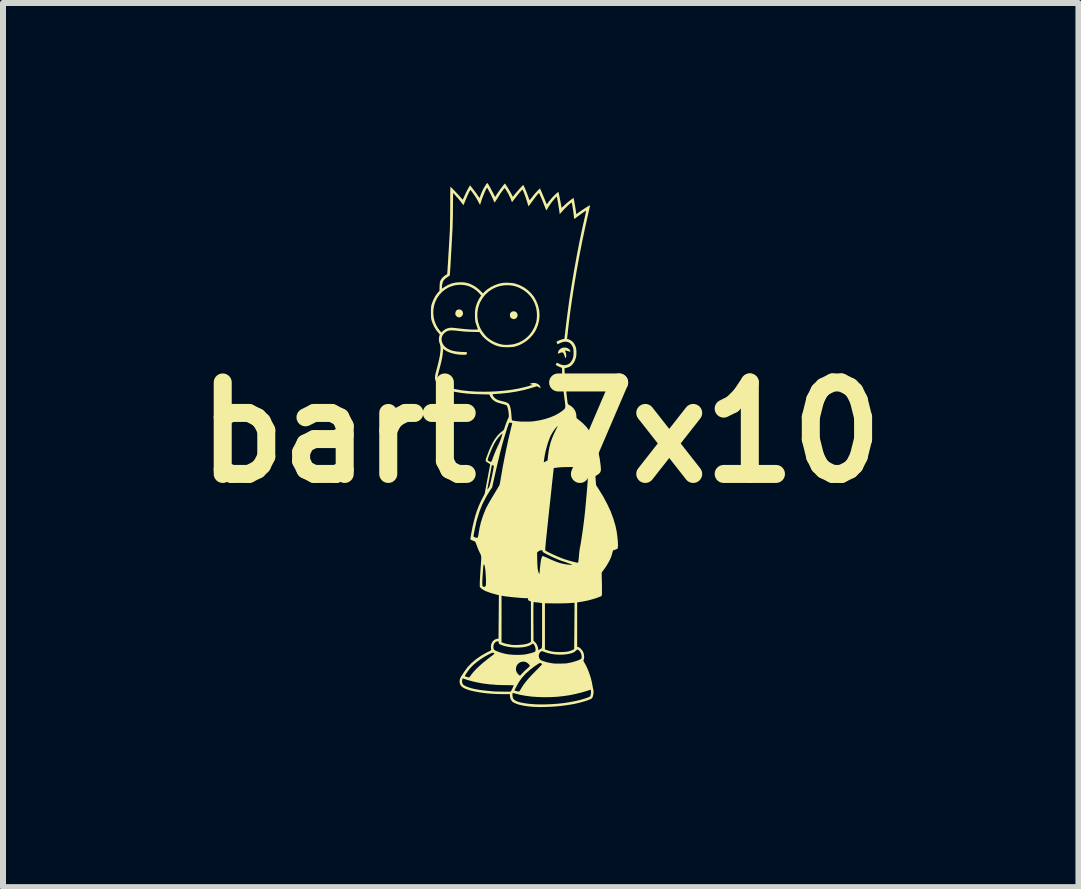
<source format=kicad_pcb>
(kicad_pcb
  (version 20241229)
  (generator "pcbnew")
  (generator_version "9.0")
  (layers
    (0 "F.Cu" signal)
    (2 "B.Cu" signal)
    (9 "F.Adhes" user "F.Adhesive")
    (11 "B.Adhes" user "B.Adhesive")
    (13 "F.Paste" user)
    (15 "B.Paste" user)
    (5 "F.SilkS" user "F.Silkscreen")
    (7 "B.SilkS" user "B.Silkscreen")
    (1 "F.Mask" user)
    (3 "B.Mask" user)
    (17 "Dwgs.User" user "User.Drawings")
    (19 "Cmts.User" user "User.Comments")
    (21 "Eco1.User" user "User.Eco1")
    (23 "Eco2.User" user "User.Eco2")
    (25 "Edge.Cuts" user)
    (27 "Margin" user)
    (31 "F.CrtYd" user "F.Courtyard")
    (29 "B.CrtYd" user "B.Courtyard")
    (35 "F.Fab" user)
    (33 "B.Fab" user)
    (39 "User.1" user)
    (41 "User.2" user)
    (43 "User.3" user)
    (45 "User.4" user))
  (footprint "bart 7x10"
    (layer "F.Cu")
    (at 5.958 4.156)
    (property "Reference" "bart 7x10" (at 0 0 0) (layer "F.SilkS") (effects (font (size 1.524 1.524) (thickness 0.3))))
    (attr board_only exclude_from_pos_files exclude_from_bom)
    (fp_poly (pts (xy -1.339 -2.048) (xy -1.315 -2.035) (xy -1.3 -2.014) (xy -1.295 -1.987) (xy -1.295 -1.985) (xy -1.297 -1.967) (xy -1.303 -1.953) (xy -1.315 -1.939) (xy -1.33 -1.926) (xy -1.345 -1.92) (xy -1.359 -1.919) (xy -1.377 -1.921) (xy -1.391 -1.928) (xy -1.404 -1.939) (xy -1.416 -1.954) (xy -1.422 -1.968) (xy -1.423 -1.985) (xy -1.418 -2.012) (xy -1.405 -2.033) (xy -1.385 -2.047) (xy -1.36 -2.051)) (stroke (width 0) (type solid)) (fill yes) (layer "F.SilkS"))
    (fp_poly (pts (xy -0.44 -2.019) (xy -0.416 -2.012) (xy -0.398 -1.995) (xy -0.387 -1.972) (xy -0.385 -1.951) (xy -0.39 -1.928) (xy -0.405 -1.909) (xy -0.425 -1.895) (xy -0.447 -1.89) (xy -0.466 -1.893) (xy -0.483 -1.899) (xy -0.484 -1.9) (xy -0.501 -1.914) (xy -0.51 -1.929) (xy -0.513 -1.95) (xy -0.513 -1.956) (xy -0.512 -1.976) (xy -0.506 -1.99) (xy -0.496 -2.001) (xy -0.481 -2.014) (xy -0.464 -2.019)) (stroke (width 0) (type solid)) (fill yes) (layer "F.SilkS"))
    (fp_poly (pts (xy 0.422 -1.415) (xy 0.45 -1.405) (xy 0.474 -1.389) (xy 0.484 -1.376) (xy 0.493 -1.358) (xy 0.495 -1.349) (xy 0.488 -1.347) (xy 0.471 -1.351) (xy 0.464 -1.354) (xy 0.444 -1.36) (xy 0.426 -1.364) (xy 0.418 -1.365) (xy 0.403 -1.365) (xy 0.414 -1.34) (xy 0.421 -1.318) (xy 0.425 -1.293) (xy 0.425 -1.27) (xy 0.421 -1.251) (xy 0.418 -1.246) (xy 0.414 -1.242) (xy 0.41 -1.244) (xy 0.405 -1.254) (xy 0.4 -1.27) (xy 0.389 -1.301) (xy 0.379 -1.322) (xy 0.368 -1.333) (xy 0.354 -1.336) (xy 0.335 -1.332) (xy 0.316 -1.324) (xy 0.3 -1.318) (xy 0.29 -1.315) (xy 0.287 -1.315) (xy 0.286 -1.324) (xy 0.289 -1.339) (xy 0.295 -1.356) (xy 0.304 -1.372) (xy 0.308 -1.377) (xy 0.331 -1.398) (xy 0.36 -1.411) (xy 0.391 -1.416)) (stroke (width 0) (type solid)) (fill yes) (layer "F.SilkS"))
    (fp_poly (pts (xy -0.882 -4.15) (xy -0.873 -4.136) (xy -0.861 -4.115) (xy -0.846 -4.089) (xy -0.831 -4.06) (xy -0.815 -4.03) (xy -0.799 -4.002) (xy -0.786 -3.975) (xy -0.78 -3.964) (xy -0.76 -3.924) (xy -0.717 -3.991) (xy -0.698 -4.018) (xy -0.678 -4.047) (xy -0.657 -4.075) (xy -0.638 -4.1) (xy -0.621 -4.122) (xy -0.607 -4.138) (xy -0.598 -4.147) (xy -0.596 -4.148) (xy -0.591 -4.143) (xy -0.582 -4.13) (xy -0.57 -4.111) (xy -0.554 -4.087) (xy -0.538 -4.06) (xy -0.522 -4.033) (xy -0.506 -4.006) (xy -0.493 -3.983) (xy -0.483 -3.964) (xy -0.481 -3.96) (xy -0.465 -3.927) (xy -0.427 -3.975) (xy -0.41 -3.996) (xy -0.39 -4.019) (xy -0.368 -4.044) (xy -0.347 -4.067) (xy -0.327 -4.089) (xy -0.31 -4.107) (xy -0.298 -4.119) (xy -0.291 -4.124) (xy -0.291 -4.124) (xy -0.287 -4.119) (xy -0.279 -4.105) (xy -0.27 -4.084) (xy -0.258 -4.057) (xy -0.245 -4.026) (xy -0.232 -3.994) (xy -0.22 -3.962) (xy -0.213 -3.941) (xy -0.203 -3.914) (xy -0.195 -3.893) (xy -0.188 -3.878) (xy -0.185 -3.872) (xy -0.184 -3.872) (xy -0.18 -3.877) (xy -0.169 -3.889) (xy -0.155 -3.907) (xy -0.138 -3.929) (xy -0.137 -3.93) (xy -0.116 -3.958) (xy -0.091 -3.987) (xy -0.067 -4.013) (xy -0.053 -4.028) (xy -0.012 -4.068) (xy 0.003 -4.034) (xy 0.013 -4.011) (xy 0.025 -3.983) (xy 0.038 -3.951) (xy 0.052 -3.919) (xy 0.065 -3.887) (xy 0.077 -3.858) (xy 0.087 -3.834) (xy 0.094 -3.817) (xy 0.096 -3.811) (xy 0.099 -3.805) (xy 0.102 -3.805) (xy 0.109 -3.811) (xy 0.12 -3.825) (xy 0.129 -3.839) (xy 0.146 -3.861) (xy 0.167 -3.886) (xy 0.189 -3.912) (xy 0.213 -3.937) (xy 0.236 -3.96) (xy 0.257 -3.98) (xy 0.275 -3.996) (xy 0.288 -4.005) (xy 0.295 -4.007) (xy 0.295 -4.006) (xy 0.297 -4) (xy 0.301 -3.984) (xy 0.306 -3.96) (xy 0.312 -3.932) (xy 0.319 -3.9) (xy 0.325 -3.866) (xy 0.331 -3.834) (xy 0.336 -3.804) (xy 0.341 -3.78) (xy 0.343 -3.763) (xy 0.344 -3.755) (xy 0.345 -3.749) (xy 0.347 -3.746) (xy 0.352 -3.748) (xy 0.362 -3.756) (xy 0.378 -3.77) (xy 0.4 -3.791) (xy 0.402 -3.793) (xy 0.428 -3.817) (xy 0.456 -3.841) (xy 0.483 -3.863) (xy 0.503 -3.878) (xy 0.548 -3.909) (xy 0.554 -3.878) (xy 0.559 -3.852) (xy 0.564 -3.821) (xy 0.57 -3.788) (xy 0.576 -3.754) (xy 0.581 -3.721) (xy 0.585 -3.693) (xy 0.588 -3.671) (xy 0.589 -3.658) (xy 0.589 -3.657) (xy 0.59 -3.645) (xy 0.593 -3.64) (xy 0.598 -3.643) (xy 0.612 -3.652) (xy 0.63 -3.664) (xy 0.644 -3.674) (xy 0.672 -3.694) (xy 0.702 -3.714) (xy 0.732 -3.734) (xy 0.76 -3.752) (xy 0.785 -3.767) (xy 0.804 -3.778) (xy 0.817 -3.785) (xy 0.823 -3.786) (xy 0.823 -3.786) (xy 0.821 -3.779) (xy 0.818 -3.762) (xy 0.812 -3.737) (xy 0.805 -3.706) (xy 0.797 -3.669) (xy 0.791 -3.642) (xy 0.74 -3.416) (xy 0.692 -3.188) (xy 0.647 -2.959) (xy 0.605 -2.73) (xy 0.566 -2.503) (xy 0.531 -2.281) (xy 0.499 -2.064) (xy 0.472 -1.854) (xy 0.452 -1.68) (xy 0.449 -1.648) (xy 0.445 -1.619) (xy 0.443 -1.595) (xy 0.441 -1.58) (xy 0.44 -1.577) (xy 0.439 -1.563) (xy 0.443 -1.558) (xy 0.447 -1.558) (xy 0.463 -1.554) (xy 0.484 -1.545) (xy 0.506 -1.532) (xy 0.526 -1.518) (xy 0.535 -1.51) (xy 0.555 -1.484) (xy 0.573 -1.451) (xy 0.586 -1.417) (xy 0.589 -1.406) (xy 0.593 -1.377) (xy 0.595 -1.342) (xy 0.594 -1.304) (xy 0.591 -1.27) (xy 0.586 -1.247) (xy 0.568 -1.195) (xy 0.543 -1.152) (xy 0.512 -1.118) (xy 0.475 -1.093) (xy 0.432 -1.079) (xy 0.431 -1.079) (xy 0.397 -1.072) (xy 0.397 -1.036) (xy 0.398 -1.004) (xy 0.4 -0.961) (xy 0.403 -0.911) (xy 0.408 -0.853) (xy 0.414 -0.791) (xy 0.421 -0.725) (xy 0.428 -0.658) (xy 0.436 -0.59) (xy 0.444 -0.524) (xy 0.444 -0.523) (xy 0.448 -0.499) (xy 0.451 -0.483) (xy 0.455 -0.473) (xy 0.461 -0.467) (xy 0.471 -0.462) (xy 0.472 -0.461) (xy 0.517 -0.433) (xy 0.551 -0.398) (xy 0.576 -0.358) (xy 0.59 -0.313) (xy 0.593 -0.286) (xy 0.597 -0.24) (xy 0.626 -0.218) (xy 0.699 -0.158) (xy 0.763 -0.091) (xy 0.819 -0.016) (xy 0.868 0.067) (xy 0.909 0.158) (xy 0.93 0.217) (xy 0.96 0.321) (xy 0.983 0.434) (xy 0.994 0.519) (xy 0.999 0.558) (xy 1.001 0.588) (xy 1.003 0.609) (xy 1.002 0.626) (xy 1 0.639) (xy 0.996 0.65) (xy 0.991 0.66) (xy 0.985 0.671) (xy 0.976 0.681) (xy 0.964 0.691) (xy 0.946 0.704) (xy 0.92 0.72) (xy 0.919 0.72) (xy 0.915 0.724) (xy 0.913 0.73) (xy 0.912 0.74) (xy 0.913 0.757) (xy 0.915 0.782) (xy 0.916 0.802) (xy 0.923 0.877) (xy 0.965 0.942) (xy 1.042 1.067) (xy 1.108 1.191) (xy 1.165 1.313) (xy 1.21 1.434) (xy 1.245 1.553) (xy 1.263 1.636) (xy 1.269 1.676) (xy 1.275 1.719) (xy 1.28 1.764) (xy 1.284 1.808) (xy 1.286 1.847) (xy 1.287 1.881) (xy 1.285 1.906) (xy 1.285 1.907) (xy 1.283 1.924) (xy 1.279 1.934) (xy 1.27 1.94) (xy 1.254 1.947) (xy 1.25 1.948) (xy 1.232 1.955) (xy 1.219 1.959) (xy 1.214 1.96) (xy 1.209 1.962) (xy 1.204 1.968) (xy 1.2 1.98) (xy 1.194 2) (xy 1.189 2.02) (xy 1.176 2.065) (xy 1.155 2.114) (xy 1.127 2.167) (xy 1.095 2.221) (xy 1.065 2.265) (xy 1.015 2.334) (xy 1.019 2.501) (xy 1.02 2.546) (xy 1.02 2.588) (xy 1.02 2.626) (xy 1.02 2.657) (xy 1.02 2.681) (xy 1.019 2.695) (xy 1.019 2.696) (xy 1.014 2.724) (xy 0.955 2.747) (xy 0.904 2.765) (xy 0.845 2.782) (xy 0.784 2.798) (xy 0.724 2.81) (xy 0.7 2.815) (xy 0.674 2.819) (xy 0.649 2.823) (xy 0.631 2.826) (xy 0.626 2.827) (xy 0.607 2.83) (xy 0.607 3.569) (xy 0.625 3.573) (xy 0.644 3.582) (xy 0.665 3.599) (xy 0.686 3.622) (xy 0.702 3.647) (xy 0.711 3.666) (xy 0.719 3.693) (xy 0.723 3.724) (xy 0.723 3.752) (xy 0.719 3.776) (xy 0.715 3.786) (xy 0.711 3.795) (xy 0.712 3.804) (xy 0.718 3.817) (xy 0.724 3.827) (xy 0.757 3.886) (xy 0.787 3.953) (xy 0.814 4.025) (xy 0.837 4.098) (xy 0.854 4.168) (xy 0.857 4.186) (xy 0.862 4.215) (xy 0.867 4.242) (xy 0.872 4.264) (xy 0.875 4.276) (xy 0.88 4.304) (xy 0.88 4.335) (xy 0.876 4.367) (xy 0.869 4.396) (xy 0.859 4.419) (xy 0.852 4.427) (xy 0.838 4.437) (xy 0.815 4.448) (xy 0.783 4.46) (xy 0.744 4.473) (xy 0.7 4.486) (xy 0.653 4.499) (xy 0.604 4.511) (xy 0.555 4.522) (xy 0.531 4.526) (xy 0.447 4.54) (xy 0.356 4.552) (xy 0.261 4.562) (xy 0.165 4.568) (xy 0.07 4.572) (xy -0.019 4.573) (xy -0.1 4.57) (xy -0.114 4.57) (xy -0.187 4.564) (xy -0.255 4.555) (xy -0.316 4.544) (xy -0.369 4.531) (xy -0.414 4.515) (xy -0.45 4.499) (xy -0.475 4.481) (xy -0.477 4.479) (xy -0.496 4.451) (xy -0.509 4.418) (xy -0.513 4.383) (xy -0.513 4.38) (xy -0.471 4.38) (xy -0.467 4.409) (xy -0.457 4.435) (xy -0.455 4.438) (xy -0.439 4.455) (xy -0.411 4.471) (xy -0.373 4.486) (xy -0.325 4.499) (xy -0.269 4.509) (xy -0.205 4.518) (xy -0.133 4.524) (xy -0.088 4.527) (xy -0.049 4.528) (xy -0.013 4.529) (xy 0.022 4.529) (xy 0.058 4.529) (xy 0.099 4.528) (xy 0.148 4.526) (xy 0.193 4.524) (xy 0.288 4.517) (xy 0.389 4.506) (xy 0.49 4.49) (xy 0.587 4.471) (xy 0.65 4.456) (xy 0.684 4.447) (xy 0.719 4.436) (xy 0.752 4.426) (xy 0.781 4.415) (xy 0.804 4.406) (xy 0.819 4.399) (xy 0.821 4.397) (xy 0.827 4.387) (xy 0.832 4.369) (xy 0.836 4.347) (xy 0.838 4.325) (xy 0.837 4.307) (xy 0.837 4.306) (xy 0.833 4.283) (xy 0.773 4.303) (xy 0.678 4.331) (xy 0.575 4.356) (xy 0.471 4.377) (xy 0.388 4.389) (xy 0.282 4.401) (xy 0.174 4.407) (xy 0.065 4.409) (xy -0.042 4.406) (xy -0.147 4.399) (xy -0.247 4.386) (xy -0.339 4.37) (xy -0.418 4.35) (xy -0.466 4.336) (xy -0.47 4.353) (xy -0.471 4.38) (xy -0.513 4.38) (xy -0.513 4.358) (xy -0.626 4.358) (xy -0.716 4.356) (xy -0.805 4.352) (xy -0.891 4.345) (xy -0.974 4.335) (xy -1.051 4.323) (xy -1.121 4.309) (xy -1.183 4.294) (xy -1.236 4.276) (xy -1.263 4.265) (xy -1.296 4.247) (xy -1.32 4.229) (xy -1.336 4.208) (xy -1.346 4.183) (xy -1.348 4.177) (xy -1.352 4.143) (xy -1.311 4.143) (xy -1.307 4.171) (xy -1.297 4.193) (xy -1.285 4.205) (xy -1.263 4.219) (xy -1.233 4.233) (xy -1.198 4.246) (xy -1.169 4.255) (xy -1.125 4.267) (xy -1.075 4.277) (xy -1.019 4.287) (xy -0.956 4.295) (xy -0.884 4.303) (xy -0.802 4.311) (xy -0.773 4.313) (xy -0.76 4.314) (xy -0.738 4.314) (xy -0.708 4.315) (xy -0.673 4.315) (xy -0.635 4.316) (xy -0.626 4.316) (xy -0.502 4.317) (xy -0.491 4.301) (xy -0.489 4.297) (xy -0.439 4.297) (xy -0.407 4.306) (xy -0.383 4.313) (xy -0.367 4.314) (xy -0.355 4.309) (xy -0.345 4.296) (xy -0.34 4.288) (xy -0.314 4.243) (xy -0.284 4.198) (xy -0.249 4.152) (xy -0.208 4.103) (xy -0.16 4.05) (xy -0.104 3.992) (xy -0.082 3.97) (xy -0.053 3.941) (xy -0.028 3.915) (xy -0.006 3.892) (xy 0.01 3.875) (xy 0.02 3.863) (xy 0.023 3.859) (xy 0.019 3.852) (xy 0.007 3.845) (xy -0.006 3.84) (xy -0.013 3.839) (xy -0.021 3.842) (xy -0.038 3.851) (xy -0.059 3.865) (xy -0.085 3.882) (xy -0.112 3.901) (xy -0.139 3.922) (xy -0.165 3.941) (xy -0.184 3.957) (xy -0.254 4.02) (xy -0.313 4.086) (xy -0.363 4.156) (xy -0.406 4.231) (xy -0.439 4.297) (xy -0.489 4.297) (xy -0.486 4.291) (xy -0.477 4.275) (xy -0.468 4.255) (xy -0.459 4.236) (xy -0.453 4.22) (xy -0.449 4.211) (xy -0.449 4.21) (xy -0.455 4.21) (xy -0.47 4.209) (xy -0.495 4.209) (xy -0.526 4.209) (xy -0.562 4.208) (xy -0.594 4.208) (xy -0.727 4.204) (xy -0.856 4.194) (xy -0.979 4.178) (xy -1.095 4.155) (xy -1.202 4.127) (xy -1.245 4.113) (xy -1.268 4.105) (xy -1.286 4.099) (xy -1.297 4.096) (xy -1.299 4.095) (xy -1.301 4.1) (xy -1.306 4.112) (xy -1.307 4.116) (xy -1.311 4.143) (xy -1.352 4.143) (xy -1.352 4.14) (xy -1.346 4.106) (xy -1.33 4.07) (xy -1.325 4.062) (xy -1.322 4.057) (xy -1.264 4.057) (xy -1.264 4.058) (xy -1.256 4.063) (xy -1.241 4.068) (xy -1.223 4.074) (xy -1.206 4.078) (xy -1.195 4.08) (xy -1.193 4.08) (xy -1.187 4.074) (xy -1.177 4.061) (xy -1.163 4.043) (xy -1.158 4.035) (xy -1.123 3.991) (xy -1.077 3.941) (xy -1.06 3.925) (xy -0.413 3.925) (xy -0.412 3.959) (xy -0.403 3.987) (xy -0.395 4.002) (xy -0.382 4.018) (xy -0.368 4.033) (xy -0.355 4.044) (xy -0.345 4.049) (xy -0.345 4.049) (xy -0.34 4.045) (xy -0.329 4.034) (xy -0.314 4.018) (xy -0.307 4.011) (xy -0.287 3.989) (xy -0.262 3.965) (xy -0.237 3.942) (xy -0.227 3.934) (xy -0.208 3.917) (xy -0.193 3.902) (xy -0.183 3.891) (xy -0.181 3.887) (xy -0.185 3.876) (xy -0.197 3.862) (xy -0.212 3.847) (xy -0.229 3.833) (xy -0.242 3.826) (xy -0.276 3.816) (xy -0.309 3.817) (xy -0.34 3.826) (xy -0.367 3.843) (xy -0.389 3.866) (xy -0.405 3.894) (xy -0.413 3.925) (xy -1.06 3.925) (xy -1.021 3.888) (xy -0.956 3.831) (xy -0.881 3.771) (xy -0.82 3.724) (xy -0.8 3.709) (xy -0.794 3.704) (xy -0.032 3.704) (xy -0.032 3.733) (xy -0.022 3.762) (xy -0.01 3.782) (xy 0.003 3.792) (xy 0.026 3.802) (xy 0.057 3.813) (xy 0.093 3.824) (xy 0.132 3.833) (xy 0.174 3.841) (xy 0.207 3.846) (xy 0.227 3.848) (xy 0.256 3.849) (xy 0.29 3.849) (xy 0.327 3.849) (xy 0.363 3.848) (xy 0.396 3.847) (xy 0.422 3.846) (xy 0.435 3.844) (xy 0.474 3.837) (xy 0.515 3.828) (xy 0.555 3.817) (xy 0.594 3.805) (xy 0.627 3.793) (xy 0.654 3.781) (xy 0.672 3.77) (xy 0.672 3.77) (xy 0.681 3.755) (xy 0.683 3.734) (xy 0.68 3.709) (xy 0.672 3.682) (xy 0.66 3.657) (xy 0.644 3.636) (xy 0.627 3.621) (xy 0.625 3.62) (xy 0.615 3.616) (xy 0.608 3.616) (xy 0.599 3.621) (xy 0.585 3.634) (xy 0.581 3.637) (xy 0.563 3.653) (xy 0.543 3.664) (xy 0.517 3.675) (xy 0.507 3.678) (xy 0.45 3.691) (xy 0.386 3.699) (xy 0.318 3.701) (xy 0.248 3.697) (xy 0.18 3.688) (xy 0.116 3.673) (xy 0.078 3.661) (xy 0.052 3.65) (xy 0.033 3.645) (xy 0.02 3.642) (xy 0.011 3.644) (xy 0.002 3.649) (xy -0.005 3.655) (xy -0.023 3.677) (xy -0.032 3.704) (xy -0.794 3.704) (xy -0.784 3.696) (xy -0.774 3.686) (xy -0.772 3.683) (xy -0.775 3.677) (xy -0.786 3.671) (xy -0.787 3.67) (xy -0.796 3.668) (xy -0.805 3.669) (xy -0.817 3.672) (xy -0.834 3.68) (xy -0.859 3.692) (xy -0.867 3.696) (xy -0.938 3.735) (xy -1.006 3.779) (xy -1.069 3.826) (xy -1.126 3.874) (xy -1.173 3.923) (xy -1.173 3.923) (xy -1.189 3.942) (xy -1.206 3.965) (xy -1.223 3.989) (xy -1.239 4.012) (xy -1.252 4.032) (xy -1.261 4.048) (xy -1.264 4.057) (xy -1.322 4.057) (xy -1.312 4.042) (xy -1.295 4.016) (xy -1.277 3.989) (xy -1.269 3.977) (xy -1.217 3.907) (xy -1.153 3.84) (xy -1.08 3.778) (xy -0.997 3.72) (xy -0.905 3.667) (xy -0.879 3.654) (xy -0.854 3.642) (xy -0.838 3.633) (xy -0.829 3.626) (xy -0.825 3.62) (xy -0.825 3.614) (xy -0.827 3.608) (xy -0.831 3.571) (xy -0.831 3.57) (xy -0.789 3.57) (xy -0.787 3.594) (xy -0.782 3.611) (xy -0.771 3.622) (xy -0.75 3.634) (xy -0.721 3.647) (xy -0.686 3.659) (xy -0.646 3.672) (xy -0.603 3.683) (xy -0.558 3.692) (xy -0.554 3.693) (xy -0.511 3.698) (xy -0.46 3.702) (xy -0.406 3.704) (xy -0.352 3.703) (xy -0.302 3.701) (xy -0.26 3.696) (xy -0.259 3.696) (xy -0.227 3.69) (xy -0.194 3.682) (xy -0.162 3.674) (xy -0.134 3.666) (xy -0.111 3.658) (xy -0.097 3.651) (xy -0.094 3.649) (xy -0.087 3.635) (xy -0.085 3.614) (xy -0.089 3.589) (xy -0.096 3.563) (xy -0.107 3.54) (xy -0.118 3.526) (xy -0.13 3.513) (xy -0.153 3.529) (xy -0.189 3.55) (xy -0.236 3.565) (xy -0.292 3.576) (xy -0.357 3.581) (xy -0.392 3.582) (xy -0.464 3.579) (xy -0.533 3.571) (xy -0.597 3.558) (xy -0.652 3.54) (xy -0.669 3.533) (xy -0.686 3.524) (xy -0.696 3.517) (xy -0.699 3.509) (xy -0.7 3.498) (xy -0.701 3.484) (xy -0.706 3.478) (xy -0.716 3.477) (xy -0.739 3.482) (xy -0.761 3.497) (xy -0.777 3.518) (xy -0.778 3.521) (xy -0.786 3.544) (xy -0.789 3.57) (xy -0.831 3.57) (xy -0.827 3.535) (xy -0.814 3.501) (xy -0.795 3.473) (xy -0.769 3.451) (xy -0.738 3.438) (xy -0.728 3.436) (xy -0.703 3.433) (xy -0.7 3.07) (xy -0.697 2.717) (xy -0.653 2.717) (xy -0.653 3.494) (xy -0.622 3.505) (xy -0.598 3.513) (xy -0.566 3.521) (xy -0.529 3.528) (xy -0.492 3.535) (xy -0.473 3.537) (xy -0.446 3.539) (xy -0.411 3.539) (xy -0.372 3.538) (xy -0.333 3.535) (xy -0.295 3.532) (xy -0.264 3.527) (xy -0.249 3.524) (xy -0.224 3.517) (xy -0.201 3.508) (xy -0.185 3.501) (xy -0.183 3.5) (xy -0.163 3.488) (xy -0.163 3.015) (xy -0.122 3.015) (xy -0.122 3.08) (xy -0.122 3.146) (xy -0.12 3.469) (xy -0.098 3.488) (xy -0.076 3.513) (xy -0.058 3.546) (xy -0.046 3.582) (xy -0.043 3.597) (xy -0.04 3.627) (xy -0.019 3.614) (xy -0.004 3.604) (xy 0.01 3.597) (xy 0.012 3.596) (xy 0.014 3.595) (xy 0.016 3.593) (xy 0.018 3.589) (xy 0.019 3.582) (xy 0.02 3.572) (xy 0.021 3.557) (xy 0.022 3.537) (xy 0.022 3.511) (xy 0.023 3.478) (xy 0.023 3.437) (xy 0.023 3.387) (xy 0.023 3.327) (xy 0.023 3.258) (xy 0.023 3.217) (xy 0.023 2.844) (xy 0.07 2.844) (xy 0.07 3.228) (xy 0.07 3.612) (xy 0.089 3.62) (xy 0.113 3.628) (xy 0.143 3.637) (xy 0.177 3.645) (xy 0.209 3.651) (xy 0.215 3.651) (xy 0.245 3.654) (xy 0.283 3.656) (xy 0.324 3.657) (xy 0.366 3.656) (xy 0.405 3.654) (xy 0.437 3.65) (xy 0.446 3.649) (xy 0.473 3.643) (xy 0.501 3.634) (xy 0.524 3.625) (xy 0.524 3.625) (xy 0.557 3.608) (xy 0.561 3.223) (xy 0.561 3.157) (xy 0.562 3.095) (xy 0.562 3.037) (xy 0.563 2.984) (xy 0.563 2.938) (xy 0.563 2.9) (xy 0.563 2.869) (xy 0.563 2.848) (xy 0.563 2.837) (xy 0.563 2.836) (xy 0.557 2.836) (xy 0.541 2.837) (xy 0.518 2.838) (xy 0.49 2.84) (xy 0.48 2.841) (xy 0.451 2.843) (xy 0.413 2.844) (xy 0.368 2.845) (xy 0.319 2.846) (xy 0.269 2.846) (xy 0.235 2.846) (xy 0.07 2.844) (xy 0.023 2.844) (xy 0.023 2.842) (xy 0.004 2.839) (xy -0.011 2.836) (xy -0.032 2.833) (xy -0.057 2.83) (xy -0.08 2.828) (xy -0.101 2.825) (xy -0.115 2.824) (xy -0.118 2.824) (xy -0.119 2.829) (xy -0.12 2.846) (xy -0.121 2.874) (xy -0.122 2.911) (xy -0.122 2.959) (xy -0.122 3.015) (xy -0.163 3.015) (xy -0.163 2.814) (xy -0.186 2.805) (xy -0.201 2.797) (xy -0.209 2.788) (xy -0.211 2.776) (xy -0.214 2.762) (xy -0.22 2.758) (xy -0.22 2.758) (xy -0.234 2.759) (xy -0.258 2.759) (xy -0.29 2.757) (xy -0.329 2.755) (xy -0.372 2.751) (xy -0.417 2.747) (xy -0.464 2.743) (xy -0.509 2.738) (xy -0.552 2.733) (xy -0.591 2.728) (xy -0.624 2.723) (xy -0.634 2.721) (xy -0.653 2.717) (xy -0.697 2.717) (xy -0.697 2.708) (xy -0.717 2.704) (xy -0.746 2.697) (xy -0.782 2.687) (xy -0.821 2.676) (xy -0.86 2.663) (xy -0.895 2.65) (xy -0.922 2.639) (xy -0.924 2.638) (xy -0.949 2.625) (xy -0.972 2.61) (xy -0.99 2.597) (xy -0.994 2.594) (xy -1.015 2.572) (xy -1.015 2.513) (xy -1.015 2.509) (xy -0.974 2.509) (xy -0.973 2.529) (xy -0.972 2.544) (xy -0.969 2.554) (xy -0.966 2.561) (xy -0.964 2.562) (xy -0.95 2.571) (xy -0.934 2.57) (xy -0.92 2.56) (xy -0.917 2.555) (xy -0.914 2.543) (xy -0.913 2.521) (xy -0.912 2.492) (xy -0.912 2.457) (xy -0.914 2.418) (xy -0.916 2.378) (xy -0.918 2.338) (xy -0.922 2.3) (xy -0.926 2.267) (xy -0.93 2.24) (xy -0.934 2.222) (xy -0.939 2.207) (xy -0.944 2.198) (xy -0.947 2.195) (xy -0.951 2.199) (xy -0.953 2.211) (xy -0.956 2.231) (xy -0.959 2.261) (xy -0.962 2.301) (xy -0.965 2.347) (xy -0.969 2.402) (xy -0.972 2.446) (xy -0.973 2.481) (xy -0.974 2.509) (xy -1.015 2.509) (xy -1.015 2.49) (xy -1.013 2.459) (xy -1.011 2.42) (xy -1.009 2.377) (xy -1.006 2.331) (xy -1.004 2.296) (xy -1 2.238) (xy -0.996 2.19) (xy -0.994 2.151) (xy -0.992 2.12) (xy -0.991 2.096) (xy -0.991 2.077) (xy -0.993 2.062) (xy -0.995 2.049) (xy -0.999 2.038) (xy -1.003 2.027) (xy -1.009 2.014) (xy -1.016 2.001) (xy -1.016 2) (xy -0.061 2) (xy -0.058 2.136) (xy -0.056 2.185) (xy -0.054 2.225) (xy -0.052 2.256) (xy -0.049 2.282) (xy -0.044 2.303) (xy -0.039 2.322) (xy -0.032 2.342) (xy -0.029 2.348) (xy -0.026 2.354) (xy -0.024 2.355) (xy -0.022 2.349) (xy -0.02 2.337) (xy -0.017 2.316) (xy -0.015 2.285) (xy -0.014 2.272) (xy -0.01 2.236) (xy -0.006 2.199) (xy -0.002 2.166) (xy 0.002 2.14) (xy 0.003 2.132) (xy 0.011 2.098) (xy 0.019 2.075) (xy 0.026 2.061) (xy 0.034 2.057) (xy 0.035 2.057) (xy 0.043 2.06) (xy 0.06 2.067) (xy 0.083 2.077) (xy 0.111 2.089) (xy 0.133 2.1) (xy 0.203 2.13) (xy 0.265 2.155) (xy 0.322 2.174) (xy 0.376 2.187) (xy 0.428 2.197) (xy 0.481 2.202) (xy 0.503 2.203) (xy 0.517 2.204) (xy 0.523 2.202) (xy 0.521 2.199) (xy 0.51 2.194) (xy 0.49 2.186) (xy 0.46 2.176) (xy 0.42 2.162) (xy 0.411 2.159) (xy 0.305 2.122) (xy 0.203 2.078) (xy 0.1 2.027) (xy 0.096 2.025) (xy 0.069 2.01) (xy 0.05 2) (xy 0.039 1.991) (xy 0.033 1.984) (xy 0.03 1.977) (xy 0.03 1.976) (xy 0.027 1.965) (xy 0.076 1.965) (xy 0.126 1.993) (xy 0.164 2.012) (xy 0.21 2.034) (xy 0.26 2.056) (xy 0.311 2.077) (xy 0.359 2.096) (xy 0.396 2.11) (xy 0.425 2.119) (xy 0.457 2.129) (xy 0.491 2.139) (xy 0.525 2.148) (xy 0.557 2.156) (xy 0.584 2.163) (xy 0.605 2.167) (xy 0.617 2.169) (xy 0.618 2.168) (xy 0.622 2.166) (xy 0.625 2.158) (xy 0.627 2.144) (xy 0.63 2.123) (xy 0.634 2.092) (xy 0.637 2.053) (xy 0.64 2.017) (xy 0.644 1.982) (xy 0.648 1.952) (xy 0.651 1.93) (xy 0.653 1.917) (xy 0.653 1.916) (xy 0.658 1.895) (xy 0.664 1.863) (xy 0.671 1.822) (xy 0.678 1.775) (xy 0.686 1.722) (xy 0.695 1.665) (xy 0.703 1.605) (xy 0.711 1.545) (xy 0.719 1.485) (xy 0.726 1.426) (xy 0.729 1.4) (xy 0.734 1.355) (xy 0.739 1.304) (xy 0.745 1.249) (xy 0.75 1.19) (xy 0.756 1.129) (xy 0.761 1.067) (xy 0.767 1.004) (xy 0.772 0.942) (xy 0.777 0.882) (xy 0.781 0.824) (xy 0.785 0.771) (xy 0.789 0.724) (xy 0.792 0.682) (xy 0.794 0.648) (xy 0.795 0.622) (xy 0.795 0.606) (xy 0.794 0.6) (xy 0.787 0.598) (xy 0.771 0.594) (xy 0.749 0.59) (xy 0.723 0.586) (xy 0.691 0.582) (xy 0.649 0.578) (xy 0.601 0.576) (xy 0.548 0.575) (xy 0.492 0.574) (xy 0.437 0.575) (xy 0.384 0.576) (xy 0.336 0.578) (xy 0.296 0.581) (xy 0.282 0.583) (xy 0.217 0.591) (xy 0.214 0.621) (xy 0.202 0.728) (xy 0.19 0.836) (xy 0.179 0.942) (xy 0.168 1.045) (xy 0.157 1.147) (xy 0.146 1.245) (xy 0.136 1.339) (xy 0.126 1.429) (xy 0.118 1.513) (xy 0.109 1.591) (xy 0.102 1.663) (xy 0.095 1.728) (xy 0.089 1.785) (xy 0.084 1.833) (xy 0.081 1.873) (xy 0.078 1.902) (xy 0.076 1.921) (xy 0.076 1.929) (xy 0.076 1.965) (xy 0.027 1.965) (xy 0.026 1.964) (xy 0.016 1.96) (xy 0.015 1.96) (xy -0.012 1.965) (xy -0.038 1.979) (xy -0.047 1.986) (xy -0.061 2) (xy -1.016 2) (xy -1.031 1.969) (xy -1.046 1.933) (xy -1.06 1.898) (xy -1.064 1.887) (xy -1.073 1.862) (xy -1.081 1.841) (xy -1.088 1.826) (xy -1.09 1.82) (xy -1.098 1.814) (xy -1.113 1.807) (xy -1.132 1.8) (xy -1.155 1.791) (xy -1.167 1.783) (xy -1.171 1.776) (xy -1.171 1.767) (xy -1.168 1.748) (xy -1.165 1.728) (xy -1.12 1.728) (xy -1.115 1.736) (xy -1.101 1.744) (xy -1.092 1.747) (xy -1.074 1.752) (xy -1.063 1.755) (xy -1.057 1.754) (xy -1.053 1.75) (xy -1.05 1.748) (xy -1.047 1.738) (xy -1.042 1.721) (xy -1.037 1.698) (xy -1.035 1.685) (xy -1.019 1.59) (xy -0.999 1.504) (xy -0.974 1.422) (xy -0.947 1.348) (xy -0.934 1.317) (xy -0.923 1.289) (xy -0.911 1.262) (xy -0.898 1.236) (xy -0.883 1.208) (xy -0.866 1.177) (xy -0.846 1.142) (xy -0.822 1.101) (xy -0.793 1.053) (xy -0.761 1) (xy -0.741 0.967) (xy -0.723 0.936) (xy -0.707 0.909) (xy -0.695 0.889) (xy -0.688 0.876) (xy -0.686 0.872) (xy -0.684 0.864) (xy -0.68 0.845) (xy -0.675 0.818) (xy -0.669 0.784) (xy -0.663 0.745) (xy -0.655 0.703) (xy -0.653 0.691) (xy -0.63 0.557) (xy -0.618 0.497) (xy 0.051 0.497) (xy 0.114 0.464) (xy 0.123 0.379) (xy 0.134 0.3) (xy 0.148 0.229) (xy 0.166 0.162) (xy 0.189 0.095) (xy 0.218 0.026) (xy 0.246 -0.032) (xy 0.287 -0.114) (xy 0.263 -0.09) (xy 0.243 -0.068) (xy 0.221 -0.038) (xy 0.198 -0.003) (xy 0.176 0.034) (xy 0.159 0.068) (xy 0.139 0.119) (xy 0.118 0.177) (xy 0.099 0.242) (xy 0.082 0.308) (xy 0.068 0.374) (xy 0.058 0.436) (xy 0.055 0.46) (xy 0.051 0.497) (xy -0.618 0.497) (xy -0.602 0.415) (xy -0.573 0.271) (xy -0.542 0.126) (xy -0.509 -0.013) (xy -0.494 -0.077) (xy -0.474 -0.157) (xy -0.498 -0.163) (xy -0.514 -0.165) (xy -0.524 -0.165) (xy -0.526 -0.165) (xy -0.529 -0.157) (xy -0.536 -0.14) (xy -0.544 -0.116) (xy -0.555 -0.085) (xy -0.566 -0.05) (xy -0.578 -0.013) (xy -0.59 0.026) (xy -0.602 0.064) (xy -0.613 0.099) (xy -0.616 0.111) (xy -0.633 0.171) (xy -0.652 0.241) (xy -0.672 0.319) (xy -0.693 0.404) (xy -0.714 0.494) (xy -0.736 0.587) (xy -0.758 0.683) (xy -0.764 0.709) (xy -0.809 0.913) (xy -0.851 0.975) (xy -0.915 1.081) (xy -0.972 1.194) (xy -1.02 1.314) (xy -1.059 1.439) (xy -1.067 1.468) (xy -1.074 1.496) (xy -1.081 1.529) (xy -1.089 1.565) (xy -1.097 1.602) (xy -1.104 1.638) (xy -1.111 1.67) (xy -1.116 1.698) (xy -1.119 1.718) (xy -1.12 1.728) (xy -1.165 1.728) (xy -1.164 1.722) (xy -1.159 1.691) (xy -1.152 1.656) (xy -1.152 1.654) (xy -1.132 1.553) (xy -1.11 1.461) (xy -1.087 1.378) (xy -1.062 1.3) (xy -1.034 1.227) (xy -1.003 1.157) (xy -0.968 1.087) (xy -0.934 1.022) (xy -0.921 0.951) (xy -0.89 0.951) (xy -0.886 0.947) (xy -0.878 0.935) (xy -0.869 0.924) (xy -0.863 0.914) (xy -0.857 0.902) (xy -0.851 0.888) (xy -0.846 0.869) (xy -0.839 0.843) (xy -0.831 0.809) (xy -0.822 0.771) (xy -0.81 0.714) (xy -0.8 0.665) (xy -0.792 0.624) (xy -0.786 0.591) (xy -0.783 0.568) (xy -0.782 0.554) (xy -0.782 0.552) (xy -0.789 0.549) (xy -0.799 0.546) (xy -0.814 0.542) (xy -0.852 0.746) (xy -0.861 0.794) (xy -0.869 0.837) (xy -0.876 0.875) (xy -0.882 0.907) (xy -0.886 0.931) (xy -0.889 0.946) (xy -0.89 0.951) (xy -0.921 0.951) (xy -0.89 0.787) (xy -0.88 0.735) (xy -0.871 0.687) (xy -0.863 0.644) (xy -0.856 0.606) (xy -0.85 0.576) (xy -0.846 0.553) (xy -0.843 0.541) (xy -0.843 0.539) (xy -0.843 0.531) (xy -0.85 0.523) (xy -0.864 0.512) (xy -0.874 0.506) (xy -0.894 0.494) (xy -0.907 0.484) (xy -0.915 0.474) (xy -0.917 0.463) (xy -0.916 0.457) (xy -0.883 0.457) (xy -0.881 0.463) (xy -0.876 0.468) (xy -0.869 0.473) (xy -0.865 0.475) (xy -0.846 0.486) (xy -0.832 0.489) (xy -0.822 0.482) (xy -0.815 0.471) (xy -0.809 0.455) (xy -0.801 0.434) (xy -0.794 0.414) (xy -0.772 0.356) (xy -0.745 0.291) (xy -0.713 0.221) (xy -0.707 0.21) (xy -0.695 0.183) (xy -0.682 0.153) (xy -0.67 0.122) (xy -0.659 0.092) (xy -0.65 0.064) (xy -0.643 0.041) (xy -0.639 0.025) (xy -0.639 0.018) (xy -0.645 0.02) (xy -0.656 0.03) (xy -0.671 0.044) (xy -0.681 0.055) (xy -0.713 0.092) (xy -0.743 0.133) (xy -0.771 0.179) (xy -0.798 0.232) (xy -0.825 0.293) (xy -0.847 0.35) (xy -0.862 0.387) (xy -0.872 0.415) (xy -0.879 0.435) (xy -0.883 0.448) (xy -0.883 0.457) (xy -0.916 0.457) (xy -0.915 0.447) (xy -0.908 0.425) (xy -0.897 0.394) (xy -0.895 0.39) (xy -0.862 0.302) (xy -0.828 0.226) (xy -0.795 0.16) (xy -0.76 0.103) (xy -0.724 0.055) (xy -0.687 0.016) (xy -0.654 -0.012) (xy -0.634 -0.027) (xy -0.621 -0.039) (xy -0.613 -0.052) (xy -0.606 -0.068) (xy -0.604 -0.074) (xy -0.594 -0.107) (xy -0.582 -0.14) (xy -0.57 -0.172) (xy -0.559 -0.2) (xy -0.549 -0.223) (xy -0.542 -0.238) (xy -0.538 -0.243) (xy -0.534 -0.253) (xy -0.532 -0.272) (xy -0.532 -0.297) (xy -0.535 -0.327) (xy -0.539 -0.358) (xy -0.544 -0.388) (xy -0.551 -0.415) (xy -0.558 -0.436) (xy -0.565 -0.449) (xy -0.574 -0.456) (xy -0.593 -0.464) (xy -0.621 -0.472) (xy -0.648 -0.479) (xy -0.68 -0.488) (xy -0.711 -0.497) (xy -0.738 -0.507) (xy -0.754 -0.515) (xy -0.789 -0.538) (xy -0.819 -0.568) (xy -0.84 -0.601) (xy -0.844 -0.609) (xy -0.854 -0.634) (xy -1.009 -0.638) (xy -1.127 -0.642) (xy -1.235 -0.65) (xy -1.334 -0.662) (xy -1.423 -0.677) (xy -1.502 -0.696) (xy -1.571 -0.718) (xy -1.63 -0.743) (xy -1.678 -0.772) (xy -1.715 -0.804) (xy -1.742 -0.839) (xy -1.757 -0.877) (xy -1.76 -0.902) (xy -1.719 -0.902) (xy -1.717 -0.886) (xy -1.713 -0.873) (xy -1.694 -0.844) (xy -1.664 -0.816) (xy -1.624 -0.79) (xy -1.575 -0.767) (xy -1.516 -0.746) (xy -1.448 -0.728) (xy -1.415 -0.721) (xy -1.312 -0.703) (xy -1.201 -0.691) (xy -1.083 -0.683) (xy -0.962 -0.68) (xy -0.839 -0.682) (xy -0.716 -0.688) (xy -0.594 -0.699) (xy -0.477 -0.714) (xy -0.365 -0.734) (xy -0.261 -0.758) (xy -0.206 -0.773) (xy -0.18 -0.781) (xy -0.158 -0.788) (xy -0.142 -0.792) (xy -0.136 -0.794) (xy -0.138 -0.796) (xy -0.149 -0.799) (xy -0.158 -0.802) (xy -0.184 -0.809) (xy -0.162 -0.819) (xy -0.131 -0.827) (xy -0.099 -0.827) (xy -0.068 -0.819) (xy -0.041 -0.805) (xy -0.019 -0.785) (xy -0.006 -0.761) (xy -0.006 -0.76) (xy -0.003 -0.747) (xy -0.003 -0.741) (xy -0.003 -0.741) (xy -0.009 -0.743) (xy -0.022 -0.75) (xy -0.034 -0.757) (xy -0.062 -0.772) (xy -0.149 -0.745) (xy -0.274 -0.71) (xy -0.407 -0.682) (xy -0.545 -0.661) (xy -0.686 -0.647) (xy -0.734 -0.644) (xy -0.765 -0.642) (xy -0.787 -0.64) (xy -0.799 -0.636) (xy -0.804 -0.631) (xy -0.802 -0.624) (xy -0.796 -0.614) (xy -0.795 -0.612) (xy -0.777 -0.587) (xy -0.756 -0.567) (xy -0.731 -0.551) (xy -0.7 -0.538) (xy -0.661 -0.527) (xy -0.63 -0.519) (xy -0.59 -0.509) (xy -0.561 -0.498) (xy -0.539 -0.484) (xy -0.525 -0.468) (xy -0.52 -0.458) (xy -0.51 -0.432) (xy -0.501 -0.395) (xy -0.494 -0.351) (xy -0.489 -0.301) (xy -0.487 -0.272) (xy -0.485 -0.243) (xy -0.483 -0.224) (xy -0.481 -0.212) (xy -0.478 -0.205) (xy -0.473 -0.202) (xy -0.468 -0.2) (xy -0.429 -0.193) (xy -0.381 -0.187) (xy -0.327 -0.183) (xy -0.269 -0.182) (xy -0.211 -0.182) (xy -0.156 -0.184) (xy -0.105 -0.189) (xy -0.102 -0.19) (xy -0.012 -0.205) (xy 0.074 -0.226) (xy 0.155 -0.252) (xy 0.23 -0.283) (xy 0.296 -0.318) (xy 0.35 -0.354) (xy 0.368 -0.369) (xy 0.383 -0.38) (xy 0.394 -0.391) (xy 0.402 -0.402) (xy 0.407 -0.415) (xy 0.409 -0.431) (xy 0.409 -0.452) (xy 0.406 -0.48) (xy 0.402 -0.516) (xy 0.396 -0.561) (xy 0.394 -0.578) (xy 0.382 -0.679) (xy 0.372 -0.769) (xy 0.364 -0.848) (xy 0.359 -0.917) (xy 0.357 -0.975) (xy 0.356 -1.01) (xy 0.356 -1.039) (xy 0.355 -1.059) (xy 0.354 -1.071) (xy 0.351 -1.078) (xy 0.347 -1.081) (xy 0.343 -1.082) (xy 0.326 -1.088) (xy 0.307 -1.096) (xy 0.287 -1.106) (xy 0.269 -1.115) (xy 0.256 -1.123) (xy 0.251 -1.127) (xy 0.254 -1.136) (xy 0.26 -1.149) (xy 0.261 -1.149) (xy 0.27 -1.166) (xy 0.294 -1.152) (xy 0.337 -1.132) (xy 0.379 -1.123) (xy 0.418 -1.124) (xy 0.454 -1.135) (xy 0.486 -1.157) (xy 0.51 -1.186) (xy 0.529 -1.22) (xy 0.541 -1.256) (xy 0.547 -1.296) (xy 0.547 -1.344) (xy 0.545 -1.374) (xy 0.543 -1.396) (xy 0.538 -1.414) (xy 0.531 -1.432) (xy 0.529 -1.436) (xy 0.507 -1.471) (xy 0.479 -1.496) (xy 0.446 -1.51) (xy 0.409 -1.514) (xy 0.367 -1.508) (xy 0.322 -1.491) (xy 0.315 -1.487) (xy 0.282 -1.471) (xy 0.271 -1.491) (xy 0.265 -1.504) (xy 0.263 -1.512) (xy 0.263 -1.513) (xy 0.274 -1.52) (xy 0.293 -1.529) (xy 0.315 -1.539) (xy 0.338 -1.547) (xy 0.358 -1.553) (xy 0.36 -1.554) (xy 0.394 -1.561) (xy 0.398 -1.593) (xy 0.4 -1.608) (xy 0.403 -1.633) (xy 0.407 -1.664) (xy 0.411 -1.701) (xy 0.416 -1.741) (xy 0.417 -1.756) (xy 0.445 -1.978) (xy 0.476 -2.208) (xy 0.513 -2.444) (xy 0.553 -2.683) (xy 0.596 -2.923) (xy 0.642 -3.162) (xy 0.691 -3.396) (xy 0.738 -3.605) (xy 0.745 -3.635) (xy 0.75 -3.662) (xy 0.754 -3.682) (xy 0.756 -3.694) (xy 0.756 -3.697) (xy 0.751 -3.694) (xy 0.738 -3.686) (xy 0.719 -3.674) (xy 0.696 -3.658) (xy 0.67 -3.64) (xy 0.644 -3.621) (xy 0.619 -3.603) (xy 0.606 -3.593) (xy 0.587 -3.578) (xy 0.571 -3.567) (xy 0.561 -3.56) (xy 0.559 -3.559) (xy 0.557 -3.564) (xy 0.555 -3.578) (xy 0.552 -3.599) (xy 0.552 -3.607) (xy 0.549 -3.627) (xy 0.546 -3.654) (xy 0.542 -3.684) (xy 0.537 -3.717) (xy 0.532 -3.749) (xy 0.527 -3.778) (xy 0.523 -3.803) (xy 0.519 -3.822) (xy 0.517 -3.831) (xy 0.516 -3.832) (xy 0.51 -3.83) (xy 0.497 -3.821) (xy 0.479 -3.806) (xy 0.457 -3.786) (xy 0.432 -3.762) (xy 0.405 -3.735) (xy 0.379 -3.708) (xy 0.358 -3.685) (xy 0.316 -3.638) (xy 0.312 -3.673) (xy 0.309 -3.696) (xy 0.304 -3.727) (xy 0.298 -3.764) (xy 0.292 -3.802) (xy 0.286 -3.84) (xy 0.28 -3.872) (xy 0.275 -3.898) (xy 0.274 -3.903) (xy 0.267 -3.935) (xy 0.232 -3.897) (xy 0.183 -3.838) (xy 0.139 -3.774) (xy 0.12 -3.743) (xy 0.109 -3.723) (xy 0.099 -3.709) (xy 0.093 -3.703) (xy 0.092 -3.703) (xy 0.088 -3.71) (xy 0.082 -3.726) (xy 0.074 -3.747) (xy 0.065 -3.769) (xy 0.052 -3.803) (xy 0.038 -3.839) (xy 0.024 -3.874) (xy 0.01 -3.907) (xy -0.003 -3.937) (xy -0.014 -3.962) (xy -0.023 -3.98) (xy -0.028 -3.989) (xy -0.029 -3.99) (xy -0.035 -3.986) (xy -0.048 -3.973) (xy -0.064 -3.953) (xy -0.085 -3.928) (xy -0.107 -3.898) (xy -0.131 -3.866) (xy -0.148 -3.843) (xy -0.166 -3.818) (xy -0.182 -3.797) (xy -0.195 -3.781) (xy -0.203 -3.773) (xy -0.205 -3.772) (xy -0.208 -3.778) (xy -0.213 -3.793) (xy -0.216 -3.805) (xy -0.222 -3.828) (xy -0.231 -3.856) (xy -0.241 -3.888) (xy -0.252 -3.921) (xy -0.264 -3.954) (xy -0.275 -3.984) (xy -0.286 -4.011) (xy -0.295 -4.032) (xy -0.301 -4.045) (xy -0.304 -4.049) (xy -0.31 -4.044) (xy -0.322 -4.032) (xy -0.338 -4.014) (xy -0.358 -3.991) (xy -0.379 -3.965) (xy -0.401 -3.937) (xy -0.423 -3.909) (xy -0.43 -3.9) (xy -0.447 -3.878) (xy -0.462 -3.859) (xy -0.472 -3.846) (xy -0.478 -3.84) (xy -0.478 -3.84) (xy -0.481 -3.844) (xy -0.487 -3.858) (xy -0.494 -3.877) (xy -0.498 -3.887) (xy -0.505 -3.906) (xy -0.517 -3.93) (xy -0.53 -3.957) (xy -0.545 -3.986) (xy -0.56 -4.013) (xy -0.575 -4.037) (xy -0.587 -4.056) (xy -0.596 -4.068) (xy -0.601 -4.072) (xy -0.608 -4.067) (xy -0.619 -4.054) (xy -0.635 -4.032) (xy -0.655 -4.005) (xy -0.677 -3.973) (xy -0.7 -3.936) (xy -0.718 -3.907) (xy -0.735 -3.881) (xy -0.749 -3.859) (xy -0.761 -3.842) (xy -0.769 -3.833) (xy -0.771 -3.832) (xy -0.774 -3.839) (xy -0.781 -3.854) (xy -0.788 -3.871) (xy -0.796 -3.89) (xy -0.807 -3.915) (xy -0.82 -3.943) (xy -0.835 -3.972) (xy -0.85 -4.001) (xy -0.864 -4.028) (xy -0.876 -4.051) (xy -0.886 -4.068) (xy -0.892 -4.077) (xy -0.894 -4.078) (xy -0.899 -4.073) (xy -0.908 -4.058) (xy -0.919 -4.036) (xy -0.932 -4.008) (xy -0.945 -3.976) (xy -0.959 -3.942) (xy -0.973 -3.907) (xy -0.983 -3.877) (xy -1.011 -3.792) (xy -1.043 -3.851) (xy -1.071 -3.902) (xy -1.1 -3.947) (xy -1.132 -3.992) (xy -1.145 -4.01) (xy -1.172 -4.044) (xy -1.187 -4.017) (xy -1.197 -3.998) (xy -1.21 -3.972) (xy -1.224 -3.939) (xy -1.239 -3.904) (xy -1.254 -3.869) (xy -1.267 -3.836) (xy -1.272 -3.822) (xy -1.279 -3.805) (xy -1.285 -3.793) (xy -1.289 -3.79) (xy -1.289 -3.79) (xy -1.294 -3.796) (xy -1.305 -3.81) (xy -1.319 -3.828) (xy -1.331 -3.844) (xy -1.347 -3.864) (xy -1.366 -3.887) (xy -1.386 -3.911) (xy -1.407 -3.934) (xy -1.426 -3.956) (xy -1.442 -3.973) (xy -1.453 -3.985) (xy -1.458 -3.989) (xy -1.459 -3.983) (xy -1.46 -3.968) (xy -1.46 -3.943) (xy -1.461 -3.91) (xy -1.461 -3.87) (xy -1.462 -3.825) (xy -1.462 -3.776) (xy -1.462 -3.761) (xy -1.463 -3.704) (xy -1.463 -3.644) (xy -1.464 -3.585) (xy -1.466 -3.529) (xy -1.467 -3.477) (xy -1.468 -3.433) (xy -1.469 -3.404) (xy -1.471 -3.366) (xy -1.474 -3.322) (xy -1.476 -3.271) (xy -1.479 -3.217) (xy -1.482 -3.159) (xy -1.486 -3.098) (xy -1.489 -3.037) (xy -1.493 -2.976) (xy -1.496 -2.916) (xy -1.499 -2.859) (xy -1.502 -2.805) (xy -1.505 -2.756) (xy -1.508 -2.713) (xy -1.51 -2.677) (xy -1.512 -2.649) (xy -1.513 -2.63) (xy -1.514 -2.622) (xy -1.514 -2.622) (xy -1.521 -2.612) (xy -1.536 -2.601) (xy -1.549 -2.593) (xy -1.588 -2.567) (xy -1.617 -2.535) (xy -1.635 -2.497) (xy -1.644 -2.453) (xy -1.645 -2.432) (xy -1.645 -2.398) (xy -1.611 -2.421) (xy -1.548 -2.458) (xy -1.483 -2.484) (xy -1.414 -2.499) (xy -1.342 -2.504) (xy -1.289 -2.503) (xy -1.243 -2.496) (xy -1.2 -2.485) (xy -1.155 -2.467) (xy -1.151 -2.465) (xy -1.086 -2.429) (xy -1.027 -2.382) (xy -0.999 -2.355) (xy -0.963 -2.318) (xy -0.941 -2.341) (xy -0.892 -2.384) (xy -0.834 -2.422) (xy -0.77 -2.454) (xy -0.704 -2.478) (xy -0.645 -2.491) (xy -0.612 -2.495) (xy -0.573 -2.496) (xy -0.531 -2.495) (xy -0.49 -2.492) (xy -0.454 -2.488) (xy -0.429 -2.483) (xy -0.352 -2.456) (xy -0.281 -2.42) (xy -0.218 -2.375) (xy -0.162 -2.323) (xy -0.114 -2.263) (xy -0.076 -2.197) (xy -0.047 -2.125) (xy -0.027 -2.047) (xy -0.023 -2.015) (xy -0.02 -1.942) (xy -0.027 -1.869) (xy -0.045 -1.796) (xy -0.072 -1.726) (xy -0.097 -1.679) (xy -0.136 -1.624) (xy -0.184 -1.571) (xy -0.239 -1.525) (xy -0.299 -1.486) (xy -0.352 -1.459) (xy -0.391 -1.444) (xy -0.426 -1.433) (xy -0.462 -1.426) (xy -0.5 -1.423) (xy -0.546 -1.421) (xy -0.56 -1.421) (xy -0.617 -1.423) (xy -0.665 -1.428) (xy -0.71 -1.438) (xy -0.754 -1.453) (xy -0.779 -1.464) (xy -0.829 -1.49) (xy -0.879 -1.524) (xy -0.925 -1.561) (xy -0.966 -1.601) (xy -0.998 -1.642) (xy -1.001 -1.646) (xy -1.019 -1.674) (xy -1.141 -1.677) (xy -1.204 -1.679) (xy -1.267 -1.682) (xy -1.325 -1.688) (xy -1.356 -1.691) (xy -1.41 -1.698) (xy -1.455 -1.701) (xy -1.491 -1.702) (xy -1.521 -1.7) (xy -1.546 -1.694) (xy -1.568 -1.685) (xy -1.588 -1.671) (xy -1.606 -1.657) (xy -1.631 -1.628) (xy -1.646 -1.594) (xy -1.652 -1.558) (xy -1.648 -1.52) (xy -1.635 -1.483) (xy -1.613 -1.449) (xy -1.596 -1.43) (xy -1.558 -1.401) (xy -1.514 -1.378) (xy -1.463 -1.361) (xy -1.403 -1.35) (xy -1.334 -1.344) (xy -1.32 -1.343) (xy -1.231 -1.34) (xy -1.231 -1.321) (xy -1.232 -1.309) (xy -1.237 -1.301) (xy -1.248 -1.297) (xy -1.266 -1.295) (xy -1.288 -1.295) (xy -1.352 -1.298) (xy -1.414 -1.306) (xy -1.472 -1.319) (xy -1.524 -1.336) (xy -1.568 -1.356) (xy -1.603 -1.379) (xy -1.615 -1.389) (xy -1.622 -1.394) (xy -1.623 -1.394) (xy -1.625 -1.389) (xy -1.627 -1.374) (xy -1.629 -1.354) (xy -1.63 -1.343) (xy -1.634 -1.295) (xy -1.643 -1.242) (xy -1.655 -1.183) (xy -1.672 -1.116) (xy -1.686 -1.064) (xy -1.699 -1.016) (xy -1.709 -0.977) (xy -1.715 -0.946) (xy -1.719 -0.922) (xy -1.719 -0.902) (xy -1.76 -0.902) (xy -1.762 -0.913) (xy -1.76 -0.937) (xy -1.755 -0.967) (xy -1.749 -0.998) (xy -1.747 -1.004) (xy -1.728 -1.074) (xy -1.713 -1.133) (xy -1.701 -1.183) (xy -1.691 -1.227) (xy -1.684 -1.263) (xy -1.678 -1.295) (xy -1.678 -1.3) (xy -1.672 -1.347) (xy -1.669 -1.385) (xy -1.669 -1.417) (xy -1.673 -1.445) (xy -1.68 -1.473) (xy -1.684 -1.486) (xy -1.692 -1.513) (xy -1.696 -1.535) (xy -1.696 -1.555) (xy -1.696 -1.567) (xy -1.693 -1.589) (xy -1.689 -1.608) (xy -1.685 -1.618) (xy -1.682 -1.626) (xy -1.683 -1.634) (xy -1.689 -1.643) (xy -1.701 -1.658) (xy -1.709 -1.666) (xy -1.745 -1.713) (xy -1.778 -1.767) (xy -1.804 -1.827) (xy -1.81 -1.843) (xy -1.817 -1.864) (xy -1.821 -1.881) (xy -1.825 -1.897) (xy -1.827 -1.914) (xy -1.828 -1.936) (xy -1.828 -1.964) (xy -1.829 -1.985) (xy -1.79 -1.985) (xy -1.783 -1.918) (xy -1.767 -1.852) (xy -1.741 -1.789) (xy -1.705 -1.728) (xy -1.677 -1.693) (xy -1.656 -1.668) (xy -1.63 -1.691) (xy -1.61 -1.707) (xy -1.588 -1.721) (xy -1.577 -1.727) (xy -1.554 -1.736) (xy -1.531 -1.742) (xy -1.505 -1.746) (xy -1.475 -1.746) (xy -1.438 -1.743) (xy -1.395 -1.738) (xy -1.312 -1.729) (xy -1.24 -1.722) (xy -1.177 -1.717) (xy -1.123 -1.715) (xy -1.103 -1.715) (xy -1.076 -1.715) (xy -1.059 -1.716) (xy -1.05 -1.718) (xy -1.047 -1.72) (xy -1.047 -1.725) (xy -1.048 -1.725) (xy -1.051 -1.735) (xy -1.058 -1.753) (xy -1.066 -1.776) (xy -1.072 -1.794) (xy -1.081 -1.819) (xy -1.087 -1.839) (xy -1.091 -1.859) (xy -1.093 -1.881) (xy -1.095 -1.91) (xy -1.095 -1.926) (xy -1.055 -1.926) (xy -1.046 -1.853) (xy -1.025 -1.782) (xy -1.004 -1.734) (xy -0.982 -1.696) (xy -0.954 -1.656) (xy -0.924 -1.618) (xy -0.893 -1.587) (xy -0.883 -1.578) (xy -0.829 -1.539) (xy -0.768 -1.506) (xy -0.704 -1.481) (xy -0.64 -1.466) (xy -0.633 -1.464) (xy -0.597 -1.461) (xy -0.555 -1.461) (xy -0.511 -1.464) (xy -0.469 -1.469) (xy -0.437 -1.475) (xy -0.365 -1.499) (xy -0.299 -1.533) (xy -0.24 -1.576) (xy -0.187 -1.628) (xy -0.143 -1.687) (xy -0.107 -1.752) (xy -0.08 -1.824) (xy -0.072 -1.855) (xy -0.066 -1.894) (xy -0.063 -1.94) (xy -0.064 -1.989) (xy -0.069 -2.036) (xy -0.075 -2.073) (xy -0.098 -2.146) (xy -0.131 -2.213) (xy -0.174 -2.273) (xy -0.225 -2.326) (xy -0.285 -2.372) (xy -0.351 -2.409) (xy -0.402 -2.43) (xy -0.452 -2.444) (xy -0.505 -2.452) (xy -0.532 -2.454) (xy -0.607 -2.453) (xy -0.679 -2.441) (xy -0.748 -2.419) (xy -0.813 -2.387) (xy -0.872 -2.346) (xy -0.925 -2.296) (xy -0.97 -2.239) (xy -1.007 -2.175) (xy -1.021 -2.144) (xy -1.043 -2.073) (xy -1.055 -2) (xy -1.055 -1.926) (xy -1.095 -1.926) (xy -1.095 -1.934) (xy -1.096 -1.992) (xy -1.092 -2.042) (xy -1.084 -2.088) (xy -1.07 -2.133) (xy -1.062 -2.155) (xy -1.052 -2.179) (xy -1.039 -2.204) (xy -1.026 -2.229) (xy -1.014 -2.25) (xy -1.004 -2.266) (xy -0.997 -2.272) (xy -0.993 -2.277) (xy -0.993 -2.283) (xy -1 -2.293) (xy -1.012 -2.308) (xy -1.025 -2.322) (xy -1.073 -2.367) (xy -1.126 -2.404) (xy -1.169 -2.427) (xy -1.231 -2.449) (xy -1.296 -2.46) (xy -1.364 -2.462) (xy -1.431 -2.453) (xy -1.496 -2.434) (xy -1.528 -2.421) (xy -1.589 -2.386) (xy -1.643 -2.343) (xy -1.689 -2.294) (xy -1.727 -2.239) (xy -1.756 -2.179) (xy -1.776 -2.116) (xy -1.788 -2.051) (xy -1.79 -1.985) (xy -1.829 -1.985) (xy -1.829 -2.001) (xy -1.829 -2.038) (xy -1.828 -2.066) (xy -1.827 -2.087) (xy -1.825 -2.104) (xy -1.822 -2.12) (xy -1.817 -2.137) (xy -1.81 -2.157) (xy -1.809 -2.16) (xy -1.786 -2.217) (xy -1.758 -2.27) (xy -1.726 -2.316) (xy -1.713 -2.331) (xy -1.687 -2.36) (xy -1.685 -2.433) (xy -1.683 -2.467) (xy -1.681 -2.492) (xy -1.678 -2.511) (xy -1.673 -2.526) (xy -1.67 -2.533) (xy -1.654 -2.56) (xy -1.63 -2.588) (xy -1.603 -2.611) (xy -1.582 -2.625) (xy -1.559 -2.637) (xy -1.555 -2.679) (xy -1.554 -2.695) (xy -1.552 -2.721) (xy -1.55 -2.755) (xy -1.547 -2.798) (xy -1.544 -2.847) (xy -1.541 -2.901) (xy -1.538 -2.959) (xy -1.534 -3.019) (xy -1.53 -3.08) (xy -1.527 -3.141) (xy -1.523 -3.201) (xy -1.52 -3.257) (xy -1.517 -3.309) (xy -1.516 -3.331) (xy -1.514 -3.362) (xy -1.513 -3.403) (xy -1.512 -3.452) (xy -1.511 -3.507) (xy -1.51 -3.568) (xy -1.509 -3.632) (xy -1.509 -3.697) (xy -1.508 -3.762) (xy -1.508 -3.776) (xy -1.508 -3.836) (xy -1.508 -3.892) (xy -1.508 -3.943) (xy -1.507 -3.989) (xy -1.507 -4.028) (xy -1.506 -4.059) (xy -1.505 -4.081) (xy -1.505 -4.093) (xy -1.504 -4.095) (xy -1.499 -4.091) (xy -1.487 -4.08) (xy -1.47 -4.063) (xy -1.45 -4.042) (xy -1.427 -4.019) (xy -1.404 -3.994) (xy -1.381 -3.97) (xy -1.36 -3.947) (xy -1.343 -3.928) (xy -1.331 -3.914) (xy -1.33 -3.913) (xy -1.317 -3.897) (xy -1.306 -3.885) (xy -1.301 -3.88) (xy -1.3 -3.88) (xy -1.297 -3.885) (xy -1.29 -3.898) (xy -1.282 -3.916) (xy -1.28 -3.919) (xy -1.262 -3.96) (xy -1.241 -4.004) (xy -1.22 -4.046) (xy -1.2 -4.081) (xy -1.198 -4.085) (xy -1.177 -4.119) (xy -1.125 -4.053) (xy -1.104 -4.026) (xy -1.082 -3.997) (xy -1.064 -3.971) (xy -1.05 -3.95) (xy -1.048 -3.948) (xy -1.036 -3.93) (xy -1.027 -3.916) (xy -1.021 -3.909) (xy -1.021 -3.909) (xy -1.018 -3.914) (xy -1.012 -3.927) (xy -1.005 -3.947) (xy -1.001 -3.957) (xy -0.989 -3.988) (xy -0.975 -4.02) (xy -0.959 -4.052) (xy -0.942 -4.083) (xy -0.926 -4.11) (xy -0.912 -4.132) (xy -0.899 -4.148) (xy -0.89 -4.156) (xy -0.886 -4.156)) (stroke (width 0) (type solid)) (fill yes) (layer "F.SilkS")))
  (gr_rect
    (start -3 -3)
    (end 14.916 11.729)
    (stroke (width 0.1) (type default))
    (fill no)
    (layer "Edge.Cuts")))
</source>
